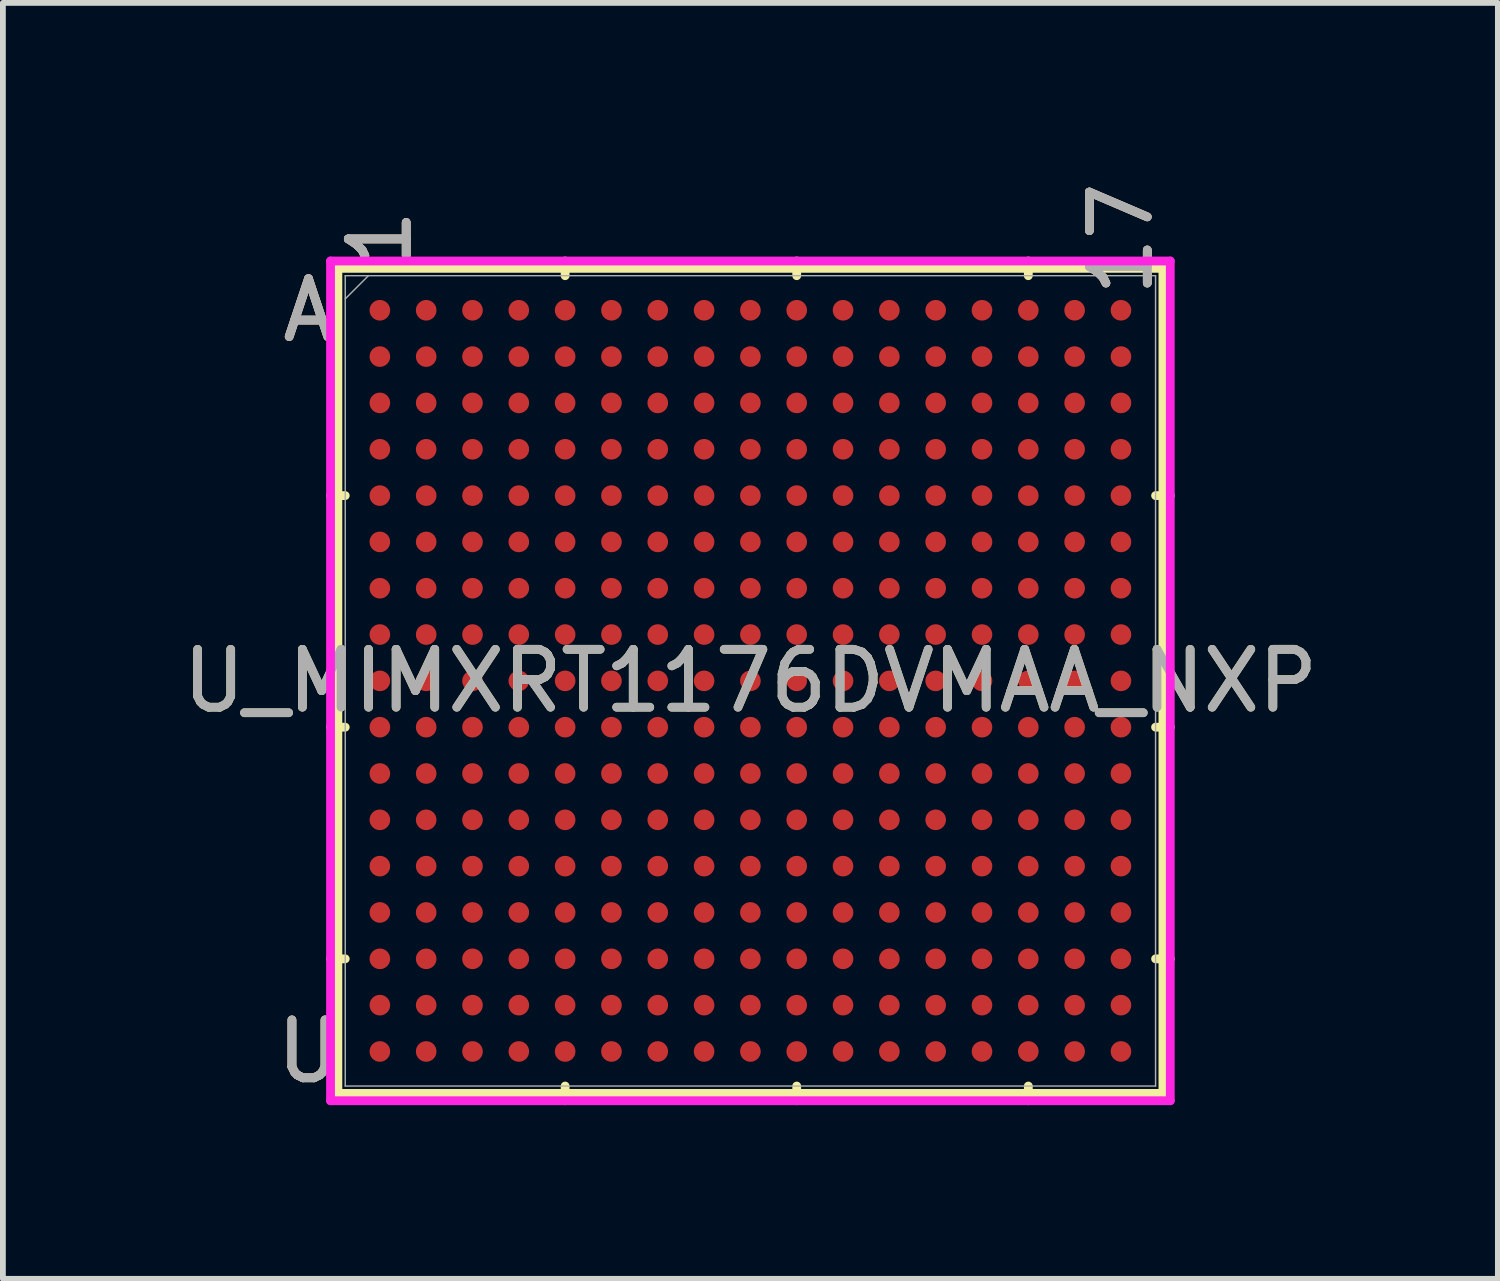
<source format=kicad_pcb>
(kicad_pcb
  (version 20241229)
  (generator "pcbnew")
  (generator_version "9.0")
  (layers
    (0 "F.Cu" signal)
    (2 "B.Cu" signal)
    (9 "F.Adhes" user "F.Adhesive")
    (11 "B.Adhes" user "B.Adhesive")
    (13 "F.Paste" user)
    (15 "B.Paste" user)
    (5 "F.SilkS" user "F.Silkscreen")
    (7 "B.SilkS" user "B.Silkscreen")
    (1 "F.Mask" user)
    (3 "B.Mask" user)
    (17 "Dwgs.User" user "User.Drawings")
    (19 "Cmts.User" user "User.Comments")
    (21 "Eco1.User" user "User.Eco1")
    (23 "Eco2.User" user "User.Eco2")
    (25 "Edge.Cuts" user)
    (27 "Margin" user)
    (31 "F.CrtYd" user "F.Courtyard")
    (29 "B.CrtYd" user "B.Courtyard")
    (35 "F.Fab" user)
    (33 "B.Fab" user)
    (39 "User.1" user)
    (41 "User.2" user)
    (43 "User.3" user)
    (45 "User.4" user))
  (footprint "U_MIMXRT1176DVMAA_NXP"
    (layer "F.Cu")
    (at 9.911 8.71)
    (property "Reference" "U_MIMXRT1176DVMAA_NXP" (at 0 0 0) (unlocked yes) (layer "F.SilkS") (effects (font (size 1 1) (thickness 0.15))))
    (attr smd)
    (fp_line (start -7.125 -7.125) (end -7.125 7.125) (stroke (width 0.152) (type solid)) (layer "F.SilkS"))
    (fp_line (start -7.125 7.125) (end 7.125 7.125) (stroke (width 0.152) (type solid)) (layer "F.SilkS"))
    (fp_line (start -6.998 -3.2) (end -7.252 -3.2) (stroke (width 0.152) (type solid)) (layer "F.SilkS"))
    (fp_line (start -6.998 0.8) (end -7.252 0.8) (stroke (width 0.152) (type solid)) (layer "F.SilkS"))
    (fp_line (start -6.998 4.801) (end -7.252 4.801) (stroke (width 0.152) (type solid)) (layer "F.SilkS"))
    (fp_line (start -3.2 -6.998) (end -3.2 -7.252) (stroke (width 0.152) (type solid)) (layer "F.SilkS"))
    (fp_line (start -3.2 6.998) (end -3.2 7.252) (stroke (width 0.152) (type solid)) (layer "F.SilkS"))
    (fp_line (start 0.8 -6.998) (end 0.8 -7.252) (stroke (width 0.152) (type solid)) (layer "F.SilkS"))
    (fp_line (start 0.8 6.998) (end 0.8 7.252) (stroke (width 0.152) (type solid)) (layer "F.SilkS"))
    (fp_line (start 4.8 -6.998) (end 4.8 -7.252) (stroke (width 0.152) (type solid)) (layer "F.SilkS"))
    (fp_line (start 4.8 6.998) (end 4.8 7.252) (stroke (width 0.152) (type solid)) (layer "F.SilkS"))
    (fp_line (start 6.998 -3.2) (end 7.252 -3.2) (stroke (width 0.152) (type solid)) (layer "F.SilkS"))
    (fp_line (start 6.998 0.8) (end 7.252 0.8) (stroke (width 0.152) (type solid)) (layer "F.SilkS"))
    (fp_line (start 6.998 4.801) (end 7.252 4.801) (stroke (width 0.152) (type solid)) (layer "F.SilkS"))
    (fp_line (start 7.125 -7.125) (end -7.125 -7.125) (stroke (width 0.152) (type solid)) (layer "F.SilkS"))
    (fp_line (start 7.125 7.125) (end 7.125 -7.125) (stroke (width 0.152) (type solid)) (layer "F.SilkS"))
    (fp_poly (pts (xy -7.245 -7.245) (xy 7.245 -7.245) (xy 7.245 7.245) (xy -7.245 7.245)) (stroke (width 0.1) (type solid)) (fill no) (layer "Eco2.User"))
    (fp_line (start -7.252 -7.252) (end 7.252 -7.252) (stroke (width 0.152) (type solid)) (layer "F.CrtYd"))
    (fp_line (start -7.252 7.252) (end -7.252 -7.252) (stroke (width 0.152) (type solid)) (layer "F.CrtYd"))
    (fp_line (start 7.252 -7.252) (end 7.252 7.252) (stroke (width 0.152) (type solid)) (layer "F.CrtYd"))
    (fp_line (start 7.252 7.252) (end -7.252 7.252) (stroke (width 0.152) (type solid)) (layer "F.CrtYd"))
    (fp_line (start -6.998 -6.998) (end -6.998 6.998) (stroke (width 0.025) (type solid)) (layer "F.Fab"))
    (fp_line (start -6.998 6.998) (end 6.998 6.998) (stroke (width 0.025) (type solid)) (layer "F.Fab"))
    (fp_line (start -6.598 -6.998) (end -6.998 -6.598) (stroke (width 0.025) (type solid)) (layer "F.Fab"))
    (fp_line (start 6.998 -6.998) (end -6.998 -6.998) (stroke (width 0.025) (type solid)) (layer "F.Fab"))
    (fp_line (start 6.998 6.998) (end 6.998 -6.998) (stroke (width 0.025) (type solid)) (layer "F.Fab"))
    (fp_text user "A" (at -7.633 -6.401 0) (unlocked yes) (layer "F.SilkS") (effects (font (size 1 1) (thickness 0.15))))
    (fp_text user "17" (at 6.4 -7.633 90) (unlocked yes) (layer "F.SilkS") (effects (font (size 1 1) (thickness 0.15))))
    (fp_text user "U" (at -7.633 6.401 0) (unlocked yes) (layer "F.SilkS") (effects (font (size 1 1) (thickness 0.15))))
    (fp_text user "1" (at -6.4 -7.633 90) (unlocked yes) (layer "F.SilkS") (effects (font (size 1 1) (thickness 0.15))))
    (fp_text user "17" (at 6.4 -7.633 90) (unlocked yes) (layer "B.SilkS") (effects (font (size 1 1) (thickness 0.15))))
    (fp_text user "1" (at -6.4 -7.633 90) (unlocked yes) (layer "B.SilkS") (effects (font (size 1 1) (thickness 0.15))))
    (fp_text user "A" (at -7.633 -6.401 0) (unlocked yes) (layer "B.SilkS") (effects (font (size 1 1) (thickness 0.15))))
    (fp_text user "U" (at -7.633 6.401 0) (unlocked yes) (layer "B.SilkS") (effects (font (size 1 1) (thickness 0.15))))
    (fp_text user "17" (at 6.4 -7.633 90) (unlocked yes) (layer "F.Fab") (effects (font (size 1 1) (thickness 0.15))))
    (fp_text user "A" (at -7.633 -6.401 0) (unlocked yes) (layer "F.Fab") (effects (font (size 1 1) (thickness 0.15))))
    (fp_text user "U" (at -7.633 6.401 0) (unlocked yes) (layer "F.Fab") (effects (font (size 1 1) (thickness 0.15))))
    (fp_text user "${REFERENCE}" (at 0 0 0) (unlocked yes) (layer "F.Fab") (effects (font (size 1 1) (thickness 0.15))))
    (fp_text user "1" (at -6.4 -7.633 90) (unlocked yes) (layer "F.Fab") (effects (font (size 1 1) (thickness 0.15))))
    (pad "A1" smd circle (at -6.4 -6.401) (size 0.356 0.356) (layers "F.Cu" "F.Mask" "F.Paste"))
    (pad "A2" smd circle (at -5.6 -6.401) (size 0.356 0.356) (layers "F.Cu" "F.Mask" "F.Paste"))
    (pad "A3" smd circle (at -4.8 -6.401) (size 0.356 0.356) (layers "F.Cu" "F.Mask" "F.Paste"))
    (pad "A4" smd circle (at -4 -6.401) (size 0.356 0.356) (layers "F.Cu" "F.Mask" "F.Paste"))
    (pad "A5" smd circle (at -3.2 -6.401) (size 0.356 0.356) (layers "F.Cu" "F.Mask" "F.Paste"))
    (pad "A6" smd circle (at -2.4 -6.401) (size 0.356 0.356) (layers "F.Cu" "F.Mask" "F.Paste"))
    (pad "A7" smd circle (at -1.6 -6.401) (size 0.356 0.356) (layers "F.Cu" "F.Mask" "F.Paste"))
    (pad "A8" smd circle (at -0.8 -6.401) (size 0.356 0.356) (layers "F.Cu" "F.Mask" "F.Paste"))
    (pad "A9" smd circle (at 0 -6.401) (size 0.356 0.356) (layers "F.Cu" "F.Mask" "F.Paste"))
    (pad "A10" smd circle (at 0.8 -6.401) (size 0.356 0.356) (layers "F.Cu" "F.Mask" "F.Paste"))
    (pad "A11" smd circle (at 1.6 -6.401) (size 0.356 0.356) (layers "F.Cu" "F.Mask" "F.Paste"))
    (pad "A12" smd circle (at 2.4 -6.401) (size 0.356 0.356) (layers "F.Cu" "F.Mask" "F.Paste"))
    (pad "A13" smd circle (at 3.2 -6.401) (size 0.356 0.356) (layers "F.Cu" "F.Mask" "F.Paste"))
    (pad "A14" smd circle (at 4 -6.401) (size 0.356 0.356) (layers "F.Cu" "F.Mask" "F.Paste"))
    (pad "A15" smd circle (at 4.8 -6.401) (size 0.356 0.356) (layers "F.Cu" "F.Mask" "F.Paste"))
    (pad "A16" smd circle (at 5.6 -6.401) (size 0.356 0.356) (layers "F.Cu" "F.Mask" "F.Paste"))
    (pad "A17" smd circle (at 6.4 -6.401) (size 0.356 0.356) (layers "F.Cu" "F.Mask" "F.Paste"))
    (pad "B1" smd circle (at -6.4 -5.601) (size 0.356 0.356) (layers "F.Cu" "F.Mask" "F.Paste"))
    (pad "B2" smd circle (at -5.6 -5.601) (size 0.356 0.356) (layers "F.Cu" "F.Mask" "F.Paste"))
    (pad "B3" smd circle (at -4.8 -5.601) (size 0.356 0.356) (layers "F.Cu" "F.Mask" "F.Paste"))
    (pad "B4" smd circle (at -4 -5.601) (size 0.356 0.356) (layers "F.Cu" "F.Mask" "F.Paste"))
    (pad "B5" smd circle (at -3.2 -5.601) (size 0.356 0.356) (layers "F.Cu" "F.Mask" "F.Paste"))
    (pad "B6" smd circle (at -2.4 -5.601) (size 0.356 0.356) (layers "F.Cu" "F.Mask" "F.Paste"))
    (pad "B7" smd circle (at -1.6 -5.601) (size 0.356 0.356) (layers "F.Cu" "F.Mask" "F.Paste"))
    (pad "B8" smd circle (at -0.8 -5.601) (size 0.356 0.356) (layers "F.Cu" "F.Mask" "F.Paste"))
    (pad "B9" smd circle (at 0 -5.601) (size 0.356 0.356) (layers "F.Cu" "F.Mask" "F.Paste"))
    (pad "B10" smd circle (at 0.8 -5.601) (size 0.356 0.356) (layers "F.Cu" "F.Mask" "F.Paste"))
    (pad "B11" smd circle (at 1.6 -5.601) (size 0.356 0.356) (layers "F.Cu" "F.Mask" "F.Paste"))
    (pad "B12" smd circle (at 2.4 -5.601) (size 0.356 0.356) (layers "F.Cu" "F.Mask" "F.Paste"))
    (pad "B13" smd circle (at 3.2 -5.601) (size 0.356 0.356) (layers "F.Cu" "F.Mask" "F.Paste"))
    (pad "B14" smd circle (at 4 -5.601) (size 0.356 0.356) (layers "F.Cu" "F.Mask" "F.Paste"))
    (pad "B15" smd circle (at 4.8 -5.601) (size 0.356 0.356) (layers "F.Cu" "F.Mask" "F.Paste"))
    (pad "B16" smd circle (at 5.6 -5.601) (size 0.356 0.356) (layers "F.Cu" "F.Mask" "F.Paste"))
    (pad "B17" smd circle (at 6.4 -5.601) (size 0.356 0.356) (layers "F.Cu" "F.Mask" "F.Paste"))
    (pad "C1" smd circle (at -6.4 -4.801) (size 0.356 0.356) (layers "F.Cu" "F.Mask" "F.Paste"))
    (pad "C2" smd circle (at -5.6 -4.801) (size 0.356 0.356) (layers "F.Cu" "F.Mask" "F.Paste"))
    (pad "C3" smd circle (at -4.8 -4.801) (size 0.356 0.356) (layers "F.Cu" "F.Mask" "F.Paste"))
    (pad "C4" smd circle (at -4 -4.801) (size 0.356 0.356) (layers "F.Cu" "F.Mask" "F.Paste"))
    (pad "C5" smd circle (at -3.2 -4.801) (size 0.356 0.356) (layers "F.Cu" "F.Mask" "F.Paste"))
    (pad "C6" smd circle (at -2.4 -4.801) (size 0.356 0.356) (layers "F.Cu" "F.Mask" "F.Paste"))
    (pad "C7" smd circle (at -1.6 -4.801) (size 0.356 0.356) (layers "F.Cu" "F.Mask" "F.Paste"))
    (pad "C8" smd circle (at -0.8 -4.801) (size 0.356 0.356) (layers "F.Cu" "F.Mask" "F.Paste"))
    (pad "C9" smd circle (at 0 -4.801) (size 0.356 0.356) (layers "F.Cu" "F.Mask" "F.Paste"))
    (pad "C10" smd circle (at 0.8 -4.801) (size 0.356 0.356) (layers "F.Cu" "F.Mask" "F.Paste"))
    (pad "C11" smd circle (at 1.6 -4.801) (size 0.356 0.356) (layers "F.Cu" "F.Mask" "F.Paste"))
    (pad "C12" smd circle (at 2.4 -4.801) (size 0.356 0.356) (layers "F.Cu" "F.Mask" "F.Paste"))
    (pad "C13" smd circle (at 3.2 -4.801) (size 0.356 0.356) (layers "F.Cu" "F.Mask" "F.Paste"))
    (pad "C14" smd circle (at 4 -4.801) (size 0.356 0.356) (layers "F.Cu" "F.Mask" "F.Paste"))
    (pad "C15" smd circle (at 4.8 -4.801) (size 0.356 0.356) (layers "F.Cu" "F.Mask" "F.Paste"))
    (pad "C16" smd circle (at 5.6 -4.801) (size 0.356 0.356) (layers "F.Cu" "F.Mask" "F.Paste"))
    (pad "C17" smd circle (at 6.4 -4.801) (size 0.356 0.356) (layers "F.Cu" "F.Mask" "F.Paste"))
    (pad "D1" smd circle (at -6.4 -4) (size 0.356 0.356) (layers "F.Cu" "F.Mask" "F.Paste"))
    (pad "D2" smd circle (at -5.6 -4) (size 0.356 0.356) (layers "F.Cu" "F.Mask" "F.Paste"))
    (pad "D3" smd circle (at -4.8 -4) (size 0.356 0.356) (layers "F.Cu" "F.Mask" "F.Paste"))
    (pad "D4" smd circle (at -4 -4) (size 0.356 0.356) (layers "F.Cu" "F.Mask" "F.Paste"))
    (pad "D5" smd circle (at -3.2 -4) (size 0.356 0.356) (layers "F.Cu" "F.Mask" "F.Paste"))
    (pad "D6" smd circle (at -2.4 -4) (size 0.356 0.356) (layers "F.Cu" "F.Mask" "F.Paste"))
    (pad "D7" smd circle (at -1.6 -4) (size 0.356 0.356) (layers "F.Cu" "F.Mask" "F.Paste"))
    (pad "D8" smd circle (at -0.8 -4) (size 0.356 0.356) (layers "F.Cu" "F.Mask" "F.Paste"))
    (pad "D9" smd circle (at 0 -4) (size 0.356 0.356) (layers "F.Cu" "F.Mask" "F.Paste"))
    (pad "D10" smd circle (at 0.8 -4) (size 0.356 0.356) (layers "F.Cu" "F.Mask" "F.Paste"))
    (pad "D11" smd circle (at 1.6 -4) (size 0.356 0.356) (layers "F.Cu" "F.Mask" "F.Paste"))
    (pad "D12" smd circle (at 2.4 -4) (size 0.356 0.356) (layers "F.Cu" "F.Mask" "F.Paste"))
    (pad "D13" smd circle (at 3.2 -4) (size 0.356 0.356) (layers "F.Cu" "F.Mask" "F.Paste"))
    (pad "D14" smd circle (at 4 -4) (size 0.356 0.356) (layers "F.Cu" "F.Mask" "F.Paste"))
    (pad "D15" smd circle (at 4.8 -4) (size 0.356 0.356) (layers "F.Cu" "F.Mask" "F.Paste"))
    (pad "D16" smd circle (at 5.6 -4) (size 0.356 0.356) (layers "F.Cu" "F.Mask" "F.Paste"))
    (pad "D17" smd circle (at 6.4 -4) (size 0.356 0.356) (layers "F.Cu" "F.Mask" "F.Paste"))
    (pad "E1" smd circle (at -6.4 -3.2) (size 0.356 0.356) (layers "F.Cu" "F.Mask" "F.Paste"))
    (pad "E2" smd circle (at -5.6 -3.2) (size 0.356 0.356) (layers "F.Cu" "F.Mask" "F.Paste"))
    (pad "E3" smd circle (at -4.8 -3.2) (size 0.356 0.356) (layers "F.Cu" "F.Mask" "F.Paste"))
    (pad "E4" smd circle (at -4 -3.2) (size 0.356 0.356) (layers "F.Cu" "F.Mask" "F.Paste"))
    (pad "E5" smd circle (at -3.2 -3.2) (size 0.356 0.356) (layers "F.Cu" "F.Mask" "F.Paste"))
    (pad "E6" smd circle (at -2.4 -3.2) (size 0.356 0.356) (layers "F.Cu" "F.Mask" "F.Paste"))
    (pad "E7" smd circle (at -1.6 -3.2) (size 0.356 0.356) (layers "F.Cu" "F.Mask" "F.Paste"))
    (pad "E8" smd circle (at -0.8 -3.2) (size 0.356 0.356) (layers "F.Cu" "F.Mask" "F.Paste"))
    (pad "E9" smd circle (at 0 -3.2) (size 0.356 0.356) (layers "F.Cu" "F.Mask" "F.Paste"))
    (pad "E10" smd circle (at 0.8 -3.2) (size 0.356 0.356) (layers "F.Cu" "F.Mask" "F.Paste"))
    (pad "E11" smd circle (at 1.6 -3.2) (size 0.356 0.356) (layers "F.Cu" "F.Mask" "F.Paste"))
    (pad "E12" smd circle (at 2.4 -3.2) (size 0.356 0.356) (layers "F.Cu" "F.Mask" "F.Paste"))
    (pad "E13" smd circle (at 3.2 -3.2) (size 0.356 0.356) (layers "F.Cu" "F.Mask" "F.Paste"))
    (pad "E14" smd circle (at 4 -3.2) (size 0.356 0.356) (layers "F.Cu" "F.Mask" "F.Paste"))
    (pad "E15" smd circle (at 4.8 -3.2) (size 0.356 0.356) (layers "F.Cu" "F.Mask" "F.Paste"))
    (pad "E16" smd circle (at 5.6 -3.2) (size 0.356 0.356) (layers "F.Cu" "F.Mask" "F.Paste"))
    (pad "E17" smd circle (at 6.4 -3.2) (size 0.356 0.356) (layers "F.Cu" "F.Mask" "F.Paste"))
    (pad "F1" smd circle (at -6.4 -2.4) (size 0.356 0.356) (layers "F.Cu" "F.Mask" "F.Paste"))
    (pad "F2" smd circle (at -5.6 -2.4) (size 0.356 0.356) (layers "F.Cu" "F.Mask" "F.Paste"))
    (pad "F3" smd circle (at -4.8 -2.4) (size 0.356 0.356) (layers "F.Cu" "F.Mask" "F.Paste"))
    (pad "F4" smd circle (at -4 -2.4) (size 0.356 0.356) (layers "F.Cu" "F.Mask" "F.Paste"))
    (pad "F5" smd circle (at -3.2 -2.4) (size 0.356 0.356) (layers "F.Cu" "F.Mask" "F.Paste"))
    (pad "F6" smd circle (at -2.4 -2.4) (size 0.356 0.356) (layers "F.Cu" "F.Mask" "F.Paste"))
    (pad "F7" smd circle (at -1.6 -2.4) (size 0.356 0.356) (layers "F.Cu" "F.Mask" "F.Paste"))
    (pad "F8" smd circle (at -0.8 -2.4) (size 0.356 0.356) (layers "F.Cu" "F.Mask" "F.Paste"))
    (pad "F9" smd circle (at 0 -2.4) (size 0.356 0.356) (layers "F.Cu" "F.Mask" "F.Paste"))
    (pad "F10" smd circle (at 0.8 -2.4) (size 0.356 0.356) (layers "F.Cu" "F.Mask" "F.Paste"))
    (pad "F11" smd circle (at 1.6 -2.4) (size 0.356 0.356) (layers "F.Cu" "F.Mask" "F.Paste"))
    (pad "F12" smd circle (at 2.4 -2.4) (size 0.356 0.356) (layers "F.Cu" "F.Mask" "F.Paste"))
    (pad "F13" smd circle (at 3.2 -2.4) (size 0.356 0.356) (layers "F.Cu" "F.Mask" "F.Paste"))
    (pad "F14" smd circle (at 4 -2.4) (size 0.356 0.356) (layers "F.Cu" "F.Mask" "F.Paste"))
    (pad "F15" smd circle (at 4.8 -2.4) (size 0.356 0.356) (layers "F.Cu" "F.Mask" "F.Paste"))
    (pad "F16" smd circle (at 5.6 -2.4) (size 0.356 0.356) (layers "F.Cu" "F.Mask" "F.Paste"))
    (pad "F17" smd circle (at 6.4 -2.4) (size 0.356 0.356) (layers "F.Cu" "F.Mask" "F.Paste"))
    (pad "G1" smd circle (at -6.4 -1.6) (size 0.356 0.356) (layers "F.Cu" "F.Mask" "F.Paste"))
    (pad "G2" smd circle (at -5.6 -1.6) (size 0.356 0.356) (layers "F.Cu" "F.Mask" "F.Paste"))
    (pad "G3" smd circle (at -4.8 -1.6) (size 0.356 0.356) (layers "F.Cu" "F.Mask" "F.Paste"))
    (pad "G4" smd circle (at -4 -1.6) (size 0.356 0.356) (layers "F.Cu" "F.Mask" "F.Paste"))
    (pad "G5" smd circle (at -3.2 -1.6) (size 0.356 0.356) (layers "F.Cu" "F.Mask" "F.Paste"))
    (pad "G6" smd circle (at -2.4 -1.6) (size 0.356 0.356) (layers "F.Cu" "F.Mask" "F.Paste"))
    (pad "G7" smd circle (at -1.6 -1.6) (size 0.356 0.356) (layers "F.Cu" "F.Mask" "F.Paste"))
    (pad "G8" smd circle (at -0.8 -1.6) (size 0.356 0.356) (layers "F.Cu" "F.Mask" "F.Paste"))
    (pad "G9" smd circle (at 0 -1.6) (size 0.356 0.356) (layers "F.Cu" "F.Mask" "F.Paste"))
    (pad "G10" smd circle (at 0.8 -1.6) (size 0.356 0.356) (layers "F.Cu" "F.Mask" "F.Paste"))
    (pad "G11" smd circle (at 1.6 -1.6) (size 0.356 0.356) (layers "F.Cu" "F.Mask" "F.Paste"))
    (pad "G12" smd circle (at 2.4 -1.6) (size 0.356 0.356) (layers "F.Cu" "F.Mask" "F.Paste"))
    (pad "G13" smd circle (at 3.2 -1.6) (size 0.356 0.356) (layers "F.Cu" "F.Mask" "F.Paste"))
    (pad "G14" smd circle (at 4 -1.6) (size 0.356 0.356) (layers "F.Cu" "F.Mask" "F.Paste"))
    (pad "G15" smd circle (at 4.8 -1.6) (size 0.356 0.356) (layers "F.Cu" "F.Mask" "F.Paste"))
    (pad "G16" smd circle (at 5.6 -1.6) (size 0.356 0.356) (layers "F.Cu" "F.Mask" "F.Paste"))
    (pad "G17" smd circle (at 6.4 -1.6) (size 0.356 0.356) (layers "F.Cu" "F.Mask" "F.Paste"))
    (pad "H1" smd circle (at -6.4 -0.8) (size 0.356 0.356) (layers "F.Cu" "F.Mask" "F.Paste"))
    (pad "H2" smd circle (at -5.6 -0.8) (size 0.356 0.356) (layers "F.Cu" "F.Mask" "F.Paste"))
    (pad "H3" smd circle (at -4.8 -0.8) (size 0.356 0.356) (layers "F.Cu" "F.Mask" "F.Paste"))
    (pad "H4" smd circle (at -4 -0.8) (size 0.356 0.356) (layers "F.Cu" "F.Mask" "F.Paste"))
    (pad "H5" smd circle (at -3.2 -0.8) (size 0.356 0.356) (layers "F.Cu" "F.Mask" "F.Paste"))
    (pad "H6" smd circle (at -2.4 -0.8) (size 0.356 0.356) (layers "F.Cu" "F.Mask" "F.Paste"))
    (pad "H7" smd circle (at -1.6 -0.8) (size 0.356 0.356) (layers "F.Cu" "F.Mask" "F.Paste"))
    (pad "H8" smd circle (at -0.8 -0.8) (size 0.356 0.356) (layers "F.Cu" "F.Mask" "F.Paste"))
    (pad "H9" smd circle (at 0 -0.8) (size 0.356 0.356) (layers "F.Cu" "F.Mask" "F.Paste"))
    (pad "H10" smd circle (at 0.8 -0.8) (size 0.356 0.356) (layers "F.Cu" "F.Mask" "F.Paste"))
    (pad "H11" smd circle (at 1.6 -0.8) (size 0.356 0.356) (layers "F.Cu" "F.Mask" "F.Paste"))
    (pad "H12" smd circle (at 2.4 -0.8) (size 0.356 0.356) (layers "F.Cu" "F.Mask" "F.Paste"))
    (pad "H13" smd circle (at 3.2 -0.8) (size 0.356 0.356) (layers "F.Cu" "F.Mask" "F.Paste"))
    (pad "H14" smd circle (at 4 -0.8) (size 0.356 0.356) (layers "F.Cu" "F.Mask" "F.Paste"))
    (pad "H15" smd circle (at 4.8 -0.8) (size 0.356 0.356) (layers "F.Cu" "F.Mask" "F.Paste"))
    (pad "H16" smd circle (at 5.6 -0.8) (size 0.356 0.356) (layers "F.Cu" "F.Mask" "F.Paste"))
    (pad "H17" smd circle (at 6.4 -0.8) (size 0.356 0.356) (layers "F.Cu" "F.Mask" "F.Paste"))
    (pad "J1" smd circle (at -6.4 0) (size 0.356 0.356) (layers "F.Cu" "F.Mask" "F.Paste"))
    (pad "J2" smd circle (at -5.6 0) (size 0.356 0.356) (layers "F.Cu" "F.Mask" "F.Paste"))
    (pad "J3" smd circle (at -4.8 0) (size 0.356 0.356) (layers "F.Cu" "F.Mask" "F.Paste"))
    (pad "J4" smd circle (at -4 0) (size 0.356 0.356) (layers "F.Cu" "F.Mask" "F.Paste"))
    (pad "J5" smd circle (at -3.2 0) (size 0.356 0.356) (layers "F.Cu" "F.Mask" "F.Paste"))
    (pad "J6" smd circle (at -2.4 0) (size 0.356 0.356) (layers "F.Cu" "F.Mask" "F.Paste"))
    (pad "J7" smd circle (at -1.6 0) (size 0.356 0.356) (layers "F.Cu" "F.Mask" "F.Paste"))
    (pad "J8" smd circle (at -0.8 0) (size 0.356 0.356) (layers "F.Cu" "F.Mask" "F.Paste"))
    (pad "J9" smd circle (at 0 0) (size 0.356 0.356) (layers "F.Cu" "F.Mask" "F.Paste"))
    (pad "J10" smd circle (at 0.8 0) (size 0.356 0.356) (layers "F.Cu" "F.Mask" "F.Paste"))
    (pad "J11" smd circle (at 1.6 0) (size 0.356 0.356) (layers "F.Cu" "F.Mask" "F.Paste"))
    (pad "J12" smd circle (at 2.4 0) (size 0.356 0.356) (layers "F.Cu" "F.Mask" "F.Paste"))
    (pad "J13" smd circle (at 3.2 0) (size 0.356 0.356) (layers "F.Cu" "F.Mask" "F.Paste"))
    (pad "J14" smd circle (at 4 0) (size 0.356 0.356) (layers "F.Cu" "F.Mask" "F.Paste"))
    (pad "J15" smd circle (at 4.8 0) (size 0.356 0.356) (layers "F.Cu" "F.Mask" "F.Paste"))
    (pad "J16" smd circle (at 5.6 0) (size 0.356 0.356) (layers "F.Cu" "F.Mask" "F.Paste"))
    (pad "J17" smd circle (at 6.4 0) (size 0.356 0.356) (layers "F.Cu" "F.Mask" "F.Paste"))
    (pad "K1" smd circle (at -6.4 0.8) (size 0.356 0.356) (layers "F.Cu" "F.Mask" "F.Paste"))
    (pad "K2" smd circle (at -5.6 0.8) (size 0.356 0.356) (layers "F.Cu" "F.Mask" "F.Paste"))
    (pad "K3" smd circle (at -4.8 0.8) (size 0.356 0.356) (layers "F.Cu" "F.Mask" "F.Paste"))
    (pad "K4" smd circle (at -4 0.8) (size 0.356 0.356) (layers "F.Cu" "F.Mask" "F.Paste"))
    (pad "K5" smd circle (at -3.2 0.8) (size 0.356 0.356) (layers "F.Cu" "F.Mask" "F.Paste"))
    (pad "K6" smd circle (at -2.4 0.8) (size 0.356 0.356) (layers "F.Cu" "F.Mask" "F.Paste"))
    (pad "K7" smd circle (at -1.6 0.8) (size 0.356 0.356) (layers "F.Cu" "F.Mask" "F.Paste"))
    (pad "K8" smd circle (at -0.8 0.8) (size 0.356 0.356) (layers "F.Cu" "F.Mask" "F.Paste"))
    (pad "K9" smd circle (at 0 0.8) (size 0.356 0.356) (layers "F.Cu" "F.Mask" "F.Paste"))
    (pad "K10" smd circle (at 0.8 0.8) (size 0.356 0.356) (layers "F.Cu" "F.Mask" "F.Paste"))
    (pad "K11" smd circle (at 1.6 0.8) (size 0.356 0.356) (layers "F.Cu" "F.Mask" "F.Paste"))
    (pad "K12" smd circle (at 2.4 0.8) (size 0.356 0.356) (layers "F.Cu" "F.Mask" "F.Paste"))
    (pad "K13" smd circle (at 3.2 0.8) (size 0.356 0.356) (layers "F.Cu" "F.Mask" "F.Paste"))
    (pad "K14" smd circle (at 4 0.8) (size 0.356 0.356) (layers "F.Cu" "F.Mask" "F.Paste"))
    (pad "K15" smd circle (at 4.8 0.8) (size 0.356 0.356) (layers "F.Cu" "F.Mask" "F.Paste"))
    (pad "K16" smd circle (at 5.6 0.8) (size 0.356 0.356) (layers "F.Cu" "F.Mask" "F.Paste"))
    (pad "K17" smd circle (at 6.4 0.8) (size 0.356 0.356) (layers "F.Cu" "F.Mask" "F.Paste"))
    (pad "L1" smd circle (at -6.4 1.6) (size 0.356 0.356) (layers "F.Cu" "F.Mask" "F.Paste"))
    (pad "L2" smd circle (at -5.6 1.6) (size 0.356 0.356) (layers "F.Cu" "F.Mask" "F.Paste"))
    (pad "L3" smd circle (at -4.8 1.6) (size 0.356 0.356) (layers "F.Cu" "F.Mask" "F.Paste"))
    (pad "L4" smd circle (at -4 1.6) (size 0.356 0.356) (layers "F.Cu" "F.Mask" "F.Paste"))
    (pad "L5" smd circle (at -3.2 1.6) (size 0.356 0.356) (layers "F.Cu" "F.Mask" "F.Paste"))
    (pad "L6" smd circle (at -2.4 1.6) (size 0.356 0.356) (layers "F.Cu" "F.Mask" "F.Paste"))
    (pad "L7" smd circle (at -1.6 1.6) (size 0.356 0.356) (layers "F.Cu" "F.Mask" "F.Paste"))
    (pad "L8" smd circle (at -0.8 1.6) (size 0.356 0.356) (layers "F.Cu" "F.Mask" "F.Paste"))
    (pad "L9" smd circle (at 0 1.6) (size 0.356 0.356) (layers "F.Cu" "F.Mask" "F.Paste"))
    (pad "L10" smd circle (at 0.8 1.6) (size 0.356 0.356) (layers "F.Cu" "F.Mask" "F.Paste"))
    (pad "L11" smd circle (at 1.6 1.6) (size 0.356 0.356) (layers "F.Cu" "F.Mask" "F.Paste"))
    (pad "L12" smd circle (at 2.4 1.6) (size 0.356 0.356) (layers "F.Cu" "F.Mask" "F.Paste"))
    (pad "L13" smd circle (at 3.2 1.6) (size 0.356 0.356) (layers "F.Cu" "F.Mask" "F.Paste"))
    (pad "L14" smd circle (at 4 1.6) (size 0.356 0.356) (layers "F.Cu" "F.Mask" "F.Paste"))
    (pad "L15" smd circle (at 4.8 1.6) (size 0.356 0.356) (layers "F.Cu" "F.Mask" "F.Paste"))
    (pad "L16" smd circle (at 5.6 1.6) (size 0.356 0.356) (layers "F.Cu" "F.Mask" "F.Paste"))
    (pad "L17" smd circle (at 6.4 1.6) (size 0.356 0.356) (layers "F.Cu" "F.Mask" "F.Paste"))
    (pad "M1" smd circle (at -6.4 2.4) (size 0.356 0.356) (layers "F.Cu" "F.Mask" "F.Paste"))
    (pad "M2" smd circle (at -5.6 2.4) (size 0.356 0.356) (layers "F.Cu" "F.Mask" "F.Paste"))
    (pad "M3" smd circle (at -4.8 2.4) (size 0.356 0.356) (layers "F.Cu" "F.Mask" "F.Paste"))
    (pad "M4" smd circle (at -4 2.4) (size 0.356 0.356) (layers "F.Cu" "F.Mask" "F.Paste"))
    (pad "M5" smd circle (at -3.2 2.4) (size 0.356 0.356) (layers "F.Cu" "F.Mask" "F.Paste"))
    (pad "M6" smd circle (at -2.4 2.4) (size 0.356 0.356) (layers "F.Cu" "F.Mask" "F.Paste"))
    (pad "M7" smd circle (at -1.6 2.4) (size 0.356 0.356) (layers "F.Cu" "F.Mask" "F.Paste"))
    (pad "M8" smd circle (at -0.8 2.4) (size 0.356 0.356) (layers "F.Cu" "F.Mask" "F.Paste"))
    (pad "M9" smd circle (at 0 2.4) (size 0.356 0.356) (layers "F.Cu" "F.Mask" "F.Paste"))
    (pad "M10" smd circle (at 0.8 2.4) (size 0.356 0.356) (layers "F.Cu" "F.Mask" "F.Paste"))
    (pad "M11" smd circle (at 1.6 2.4) (size 0.356 0.356) (layers "F.Cu" "F.Mask" "F.Paste"))
    (pad "M12" smd circle (at 2.4 2.4) (size 0.356 0.356) (layers "F.Cu" "F.Mask" "F.Paste"))
    (pad "M13" smd circle (at 3.2 2.4) (size 0.356 0.356) (layers "F.Cu" "F.Mask" "F.Paste"))
    (pad "M14" smd circle (at 4 2.4) (size 0.356 0.356) (layers "F.Cu" "F.Mask" "F.Paste"))
    (pad "M15" smd circle (at 4.8 2.4) (size 0.356 0.356) (layers "F.Cu" "F.Mask" "F.Paste"))
    (pad "M16" smd circle (at 5.6 2.4) (size 0.356 0.356) (layers "F.Cu" "F.Mask" "F.Paste"))
    (pad "M17" smd circle (at 6.4 2.4) (size 0.356 0.356) (layers "F.Cu" "F.Mask" "F.Paste"))
    (pad "N1" smd circle (at -6.4 3.2) (size 0.356 0.356) (layers "F.Cu" "F.Mask" "F.Paste"))
    (pad "N2" smd circle (at -5.6 3.2) (size 0.356 0.356) (layers "F.Cu" "F.Mask" "F.Paste"))
    (pad "N3" smd circle (at -4.8 3.2) (size 0.356 0.356) (layers "F.Cu" "F.Mask" "F.Paste"))
    (pad "N4" smd circle (at -4 3.2) (size 0.356 0.356) (layers "F.Cu" "F.Mask" "F.Paste"))
    (pad "N5" smd circle (at -3.2 3.2) (size 0.356 0.356) (layers "F.Cu" "F.Mask" "F.Paste"))
    (pad "N6" smd circle (at -2.4 3.2) (size 0.356 0.356) (layers "F.Cu" "F.Mask" "F.Paste"))
    (pad "N7" smd circle (at -1.6 3.2) (size 0.356 0.356) (layers "F.Cu" "F.Mask" "F.Paste"))
    (pad "N8" smd circle (at -0.8 3.2) (size 0.356 0.356) (layers "F.Cu" "F.Mask" "F.Paste"))
    (pad "N9" smd circle (at 0 3.2) (size 0.356 0.356) (layers "F.Cu" "F.Mask" "F.Paste"))
    (pad "N10" smd circle (at 0.8 3.2) (size 0.356 0.356) (layers "F.Cu" "F.Mask" "F.Paste"))
    (pad "N11" smd circle (at 1.6 3.2) (size 0.356 0.356) (layers "F.Cu" "F.Mask" "F.Paste"))
    (pad "N12" smd circle (at 2.4 3.2) (size 0.356 0.356) (layers "F.Cu" "F.Mask" "F.Paste"))
    (pad "N13" smd circle (at 3.2 3.2) (size 0.356 0.356) (layers "F.Cu" "F.Mask" "F.Paste"))
    (pad "N14" smd circle (at 4 3.2) (size 0.356 0.356) (layers "F.Cu" "F.Mask" "F.Paste"))
    (pad "N15" smd circle (at 4.8 3.2) (size 0.356 0.356) (layers "F.Cu" "F.Mask" "F.Paste"))
    (pad "N16" smd circle (at 5.6 3.2) (size 0.356 0.356) (layers "F.Cu" "F.Mask" "F.Paste"))
    (pad "N17" smd circle (at 6.4 3.2) (size 0.356 0.356) (layers "F.Cu" "F.Mask" "F.Paste"))
    (pad "P1" smd circle (at -6.4 4) (size 0.356 0.356) (layers "F.Cu" "F.Mask" "F.Paste"))
    (pad "P2" smd circle (at -5.6 4) (size 0.356 0.356) (layers "F.Cu" "F.Mask" "F.Paste"))
    (pad "P3" smd circle (at -4.8 4) (size 0.356 0.356) (layers "F.Cu" "F.Mask" "F.Paste"))
    (pad "P4" smd circle (at -4 4) (size 0.356 0.356) (layers "F.Cu" "F.Mask" "F.Paste"))
    (pad "P5" smd circle (at -3.2 4) (size 0.356 0.356) (layers "F.Cu" "F.Mask" "F.Paste"))
    (pad "P6" smd circle (at -2.4 4) (size 0.356 0.356) (layers "F.Cu" "F.Mask" "F.Paste"))
    (pad "P7" smd circle (at -1.6 4) (size 0.356 0.356) (layers "F.Cu" "F.Mask" "F.Paste"))
    (pad "P8" smd circle (at -0.8 4) (size 0.356 0.356) (layers "F.Cu" "F.Mask" "F.Paste"))
    (pad "P9" smd circle (at 0 4) (size 0.356 0.356) (layers "F.Cu" "F.Mask" "F.Paste"))
    (pad "P10" smd circle (at 0.8 4) (size 0.356 0.356) (layers "F.Cu" "F.Mask" "F.Paste"))
    (pad "P11" smd circle (at 1.6 4) (size 0.356 0.356) (layers "F.Cu" "F.Mask" "F.Paste"))
    (pad "P12" smd circle (at 2.4 4) (size 0.356 0.356) (layers "F.Cu" "F.Mask" "F.Paste"))
    (pad "P13" smd circle (at 3.2 4) (size 0.356 0.356) (layers "F.Cu" "F.Mask" "F.Paste"))
    (pad "P14" smd circle (at 4 4) (size 0.356 0.356) (layers "F.Cu" "F.Mask" "F.Paste"))
    (pad "P15" smd circle (at 4.8 4) (size 0.356 0.356) (layers "F.Cu" "F.Mask" "F.Paste"))
    (pad "P16" smd circle (at 5.6 4) (size 0.356 0.356) (layers "F.Cu" "F.Mask" "F.Paste"))
    (pad "P17" smd circle (at 6.4 4) (size 0.356 0.356) (layers "F.Cu" "F.Mask" "F.Paste"))
    (pad "R1" smd circle (at -6.4 4.801) (size 0.356 0.356) (layers "F.Cu" "F.Mask" "F.Paste"))
    (pad "R2" smd circle (at -5.6 4.801) (size 0.356 0.356) (layers "F.Cu" "F.Mask" "F.Paste"))
    (pad "R3" smd circle (at -4.8 4.801) (size 0.356 0.356) (layers "F.Cu" "F.Mask" "F.Paste"))
    (pad "R4" smd circle (at -4 4.801) (size 0.356 0.356) (layers "F.Cu" "F.Mask" "F.Paste"))
    (pad "R5" smd circle (at -3.2 4.801) (size 0.356 0.356) (layers "F.Cu" "F.Mask" "F.Paste"))
    (pad "R6" smd circle (at -2.4 4.801) (size 0.356 0.356) (layers "F.Cu" "F.Mask" "F.Paste"))
    (pad "R7" smd circle (at -1.6 4.801) (size 0.356 0.356) (layers "F.Cu" "F.Mask" "F.Paste"))
    (pad "R8" smd circle (at -0.8 4.801) (size 0.356 0.356) (layers "F.Cu" "F.Mask" "F.Paste"))
    (pad "R9" smd circle (at 0 4.801) (size 0.356 0.356) (layers "F.Cu" "F.Mask" "F.Paste"))
    (pad "R10" smd circle (at 0.8 4.801) (size 0.356 0.356) (layers "F.Cu" "F.Mask" "F.Paste"))
    (pad "R11" smd circle (at 1.6 4.801) (size 0.356 0.356) (layers "F.Cu" "F.Mask" "F.Paste"))
    (pad "R12" smd circle (at 2.4 4.801) (size 0.356 0.356) (layers "F.Cu" "F.Mask" "F.Paste"))
    (pad "R13" smd circle (at 3.2 4.801) (size 0.356 0.356) (layers "F.Cu" "F.Mask" "F.Paste"))
    (pad "R14" smd circle (at 4 4.801) (size 0.356 0.356) (layers "F.Cu" "F.Mask" "F.Paste"))
    (pad "R15" smd circle (at 4.8 4.801) (size 0.356 0.356) (layers "F.Cu" "F.Mask" "F.Paste"))
    (pad "R16" smd circle (at 5.6 4.801) (size 0.356 0.356) (layers "F.Cu" "F.Mask" "F.Paste"))
    (pad "R17" smd circle (at 6.4 4.801) (size 0.356 0.356) (layers "F.Cu" "F.Mask" "F.Paste"))
    (pad "T1" smd circle (at -6.4 5.601) (size 0.356 0.356) (layers "F.Cu" "F.Mask" "F.Paste"))
    (pad "T2" smd circle (at -5.6 5.601) (size 0.356 0.356) (layers "F.Cu" "F.Mask" "F.Paste"))
    (pad "T3" smd circle (at -4.8 5.601) (size 0.356 0.356) (layers "F.Cu" "F.Mask" "F.Paste"))
    (pad "T4" smd circle (at -4 5.601) (size 0.356 0.356) (layers "F.Cu" "F.Mask" "F.Paste"))
    (pad "T5" smd circle (at -3.2 5.601) (size 0.356 0.356) (layers "F.Cu" "F.Mask" "F.Paste"))
    (pad "T6" smd circle (at -2.4 5.601) (size 0.356 0.356) (layers "F.Cu" "F.Mask" "F.Paste"))
    (pad "T7" smd circle (at -1.6 5.601) (size 0.356 0.356) (layers "F.Cu" "F.Mask" "F.Paste"))
    (pad "T8" smd circle (at -0.8 5.601) (size 0.356 0.356) (layers "F.Cu" "F.Mask" "F.Paste"))
    (pad "T9" smd circle (at 0 5.601) (size 0.356 0.356) (layers "F.Cu" "F.Mask" "F.Paste"))
    (pad "T10" smd circle (at 0.8 5.601) (size 0.356 0.356) (layers "F.Cu" "F.Mask" "F.Paste"))
    (pad "T11" smd circle (at 1.6 5.601) (size 0.356 0.356) (layers "F.Cu" "F.Mask" "F.Paste"))
    (pad "T12" smd circle (at 2.4 5.601) (size 0.356 0.356) (layers "F.Cu" "F.Mask" "F.Paste"))
    (pad "T13" smd circle (at 3.2 5.601) (size 0.356 0.356) (layers "F.Cu" "F.Mask" "F.Paste"))
    (pad "T14" smd circle (at 4 5.601) (size 0.356 0.356) (layers "F.Cu" "F.Mask" "F.Paste"))
    (pad "T15" smd circle (at 4.8 5.601) (size 0.356 0.356) (layers "F.Cu" "F.Mask" "F.Paste"))
    (pad "T16" smd circle (at 5.6 5.601) (size 0.356 0.356) (layers "F.Cu" "F.Mask" "F.Paste"))
    (pad "T17" smd circle (at 6.4 5.601) (size 0.356 0.356) (layers "F.Cu" "F.Mask" "F.Paste"))
    (pad "U1" smd circle (at -6.4 6.401) (size 0.356 0.356) (layers "F.Cu" "F.Mask" "F.Paste"))
    (pad "U2" smd circle (at -5.6 6.401) (size 0.356 0.356) (layers "F.Cu" "F.Mask" "F.Paste"))
    (pad "U3" smd circle (at -4.8 6.401) (size 0.356 0.356) (layers "F.Cu" "F.Mask" "F.Paste"))
    (pad "U4" smd circle (at -4 6.401) (size 0.356 0.356) (layers "F.Cu" "F.Mask" "F.Paste"))
    (pad "U5" smd circle (at -3.2 6.401) (size 0.356 0.356) (layers "F.Cu" "F.Mask" "F.Paste"))
    (pad "U6" smd circle (at -2.4 6.401) (size 0.356 0.356) (layers "F.Cu" "F.Mask" "F.Paste"))
    (pad "U7" smd circle (at -1.6 6.401) (size 0.356 0.356) (layers "F.Cu" "F.Mask" "F.Paste"))
    (pad "U8" smd circle (at -0.8 6.401) (size 0.356 0.356) (layers "F.Cu" "F.Mask" "F.Paste"))
    (pad "U9" smd circle (at 0 6.401) (size 0.356 0.356) (layers "F.Cu" "F.Mask" "F.Paste"))
    (pad "U10" smd circle (at 0.8 6.401) (size 0.356 0.356) (layers "F.Cu" "F.Mask" "F.Paste"))
    (pad "U11" smd circle (at 1.6 6.401) (size 0.356 0.356) (layers "F.Cu" "F.Mask" "F.Paste"))
    (pad "U12" smd circle (at 2.4 6.401) (size 0.356 0.356) (layers "F.Cu" "F.Mask" "F.Paste"))
    (pad "U13" smd circle (at 3.2 6.401) (size 0.356 0.356) (layers "F.Cu" "F.Mask" "F.Paste"))
    (pad "U14" smd circle (at 4 6.401) (size 0.356 0.356) (layers "F.Cu" "F.Mask" "F.Paste"))
    (pad "U15" smd circle (at 4.8 6.401) (size 0.356 0.356) (layers "F.Cu" "F.Mask" "F.Paste"))
    (pad "U16" smd circle (at 5.6 6.401) (size 0.356 0.356) (layers "F.Cu" "F.Mask" "F.Paste"))
    (pad "U17" smd circle (at 6.4 6.401) (size 0.356 0.356) (layers "F.Cu" "F.Mask" "F.Paste")))
  (gr_rect
    (start -3 -3)
    (end 22.821 19.038)
    (stroke (width 0.1) (type default))
    (fill no)
    (layer "Edge.Cuts")))
</source>
